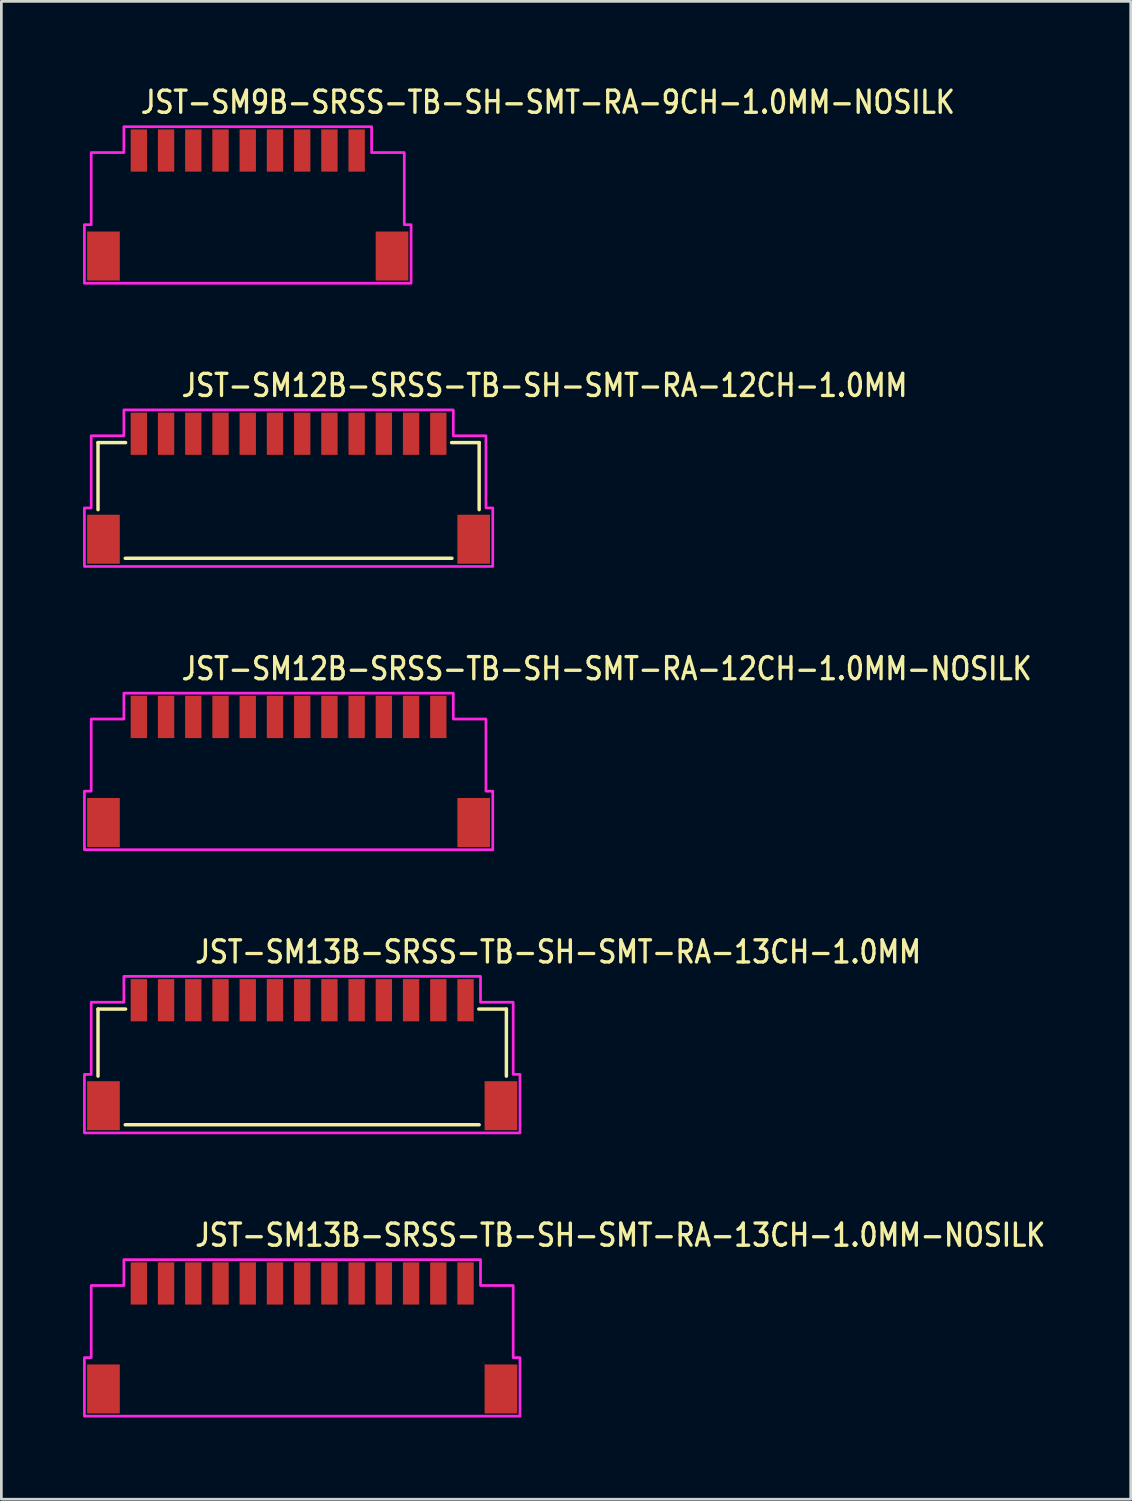
<source format=kicad_pcb>
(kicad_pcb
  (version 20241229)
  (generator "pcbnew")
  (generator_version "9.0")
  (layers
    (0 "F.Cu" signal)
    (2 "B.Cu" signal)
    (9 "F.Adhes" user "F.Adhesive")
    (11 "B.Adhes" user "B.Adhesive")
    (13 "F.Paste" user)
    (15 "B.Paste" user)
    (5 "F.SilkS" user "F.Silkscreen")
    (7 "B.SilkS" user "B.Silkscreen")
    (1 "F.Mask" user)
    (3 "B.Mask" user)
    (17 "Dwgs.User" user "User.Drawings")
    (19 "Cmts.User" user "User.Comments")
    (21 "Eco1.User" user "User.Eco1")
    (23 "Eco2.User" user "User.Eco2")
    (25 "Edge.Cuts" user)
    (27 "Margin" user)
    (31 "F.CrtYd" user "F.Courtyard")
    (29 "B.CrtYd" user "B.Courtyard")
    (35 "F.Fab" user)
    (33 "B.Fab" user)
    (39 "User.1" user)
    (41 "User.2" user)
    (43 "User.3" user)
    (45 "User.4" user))
  (footprint "JST-SM13B-SRSS-TB-SH-SMT-RA-13CH-1.0MM-NOSILK"
    (layer "F.Cu")
    (at 8.05 46.093)
    (property "Reference" "JST-SM13B-SRSS-TB-SH-SMT-RA-13CH-1.0MM-NOSILK" (at -4 -3.3 0) (unlocked yes) (layer "F.SilkS") (effects (font (size 0.813 0.695) (thickness 0.122)) (justify left bottom)))
    (fp_poly (pts (xy -8 2.875) (xy -8 0.725) (xy -7.75 0.725) (xy -7.75 -1.925) (xy -6.55 -1.925) (xy -6.55 -2.875) (xy 6.55 -2.875) (xy 6.55 -1.925) (xy 7.75 -1.925) (xy 7.75 0.725) (xy 8 0.725) (xy 8 2.875)) (stroke (width 0.1) (type solid)) (fill no) (layer "F.CrtYd"))
    (pad "1" smd rect (at -6 -2) (size 0.6 1.55) (layers "F.Cu" "F.Mask" "F.Paste"))
    (pad "2" smd rect (at -5 -2) (size 0.6 1.55) (layers "F.Cu" "F.Mask" "F.Paste"))
    (pad "3" smd rect (at -4 -2) (size 0.6 1.55) (layers "F.Cu" "F.Mask" "F.Paste"))
    (pad "4" smd rect (at -3 -2) (size 0.6 1.55) (layers "F.Cu" "F.Mask" "F.Paste"))
    (pad "5" smd rect (at -2 -2) (size 0.6 1.55) (layers "F.Cu" "F.Mask" "F.Paste"))
    (pad "6" smd rect (at -1 -2) (size 0.6 1.55) (layers "F.Cu" "F.Mask" "F.Paste"))
    (pad "7" smd rect (at 0 -2) (size 0.6 1.55) (layers "F.Cu" "F.Mask" "F.Paste"))
    (pad "8" smd rect (at 1 -2) (size 0.6 1.55) (layers "F.Cu" "F.Mask" "F.Paste"))
    (pad "9" smd rect (at 2 -2) (size 0.6 1.55) (layers "F.Cu" "F.Mask" "F.Paste"))
    (pad "10" smd rect (at 3 -2) (size 0.6 1.55) (layers "F.Cu" "F.Mask" "F.Paste"))
    (pad "11" smd rect (at 4 -2) (size 0.6 1.55) (layers "F.Cu" "F.Mask" "F.Paste"))
    (pad "12" smd rect (at 5 -2) (size 0.6 1.55) (layers "F.Cu" "F.Mask" "F.Paste"))
    (pad "13" smd rect (at 6 -2) (size 0.6 1.55) (layers "F.Cu" "F.Mask" "F.Paste"))
    (pad "S_13" smd rect (at -7.3 1.875) (size 1.2 1.8) (layers "F.Cu" "F.Mask" "F.Paste"))
    (pad "S_14" smd rect (at 7.3 1.875) (size 1.2 1.8) (layers "F.Cu" "F.Mask" "F.Paste")))
  (footprint "JST-SM12B-SRSS-TB-SH-SMT-RA-12CH-1.0MM-NOSILK"
    (layer "F.Cu")
    (at 7.55 25.286)
    (property "Reference" "JST-SM12B-SRSS-TB-SH-SMT-RA-12CH-1.0MM-NOSILK" (at -4 -3.3 0) (unlocked yes) (layer "F.SilkS") (effects (font (size 0.813 0.695) (thickness 0.122)) (justify left bottom)))
    (fp_poly (pts (xy -7.5 2.875) (xy -7.5 0.725) (xy -7.25 0.725) (xy -7.25 -1.925) (xy -6.05 -1.925) (xy -6.05 -2.875) (xy 6.05 -2.875) (xy 6.05 -1.925) (xy 7.25 -1.925) (xy 7.25 0.725) (xy 7.5 0.725) (xy 7.5 2.875)) (stroke (width 0.1) (type solid)) (fill no) (layer "F.CrtYd"))
    (pad "1" smd rect (at -5.5 -2) (size 0.6 1.55) (layers "F.Cu" "F.Mask" "F.Paste"))
    (pad "2" smd rect (at -4.5 -2) (size 0.6 1.55) (layers "F.Cu" "F.Mask" "F.Paste"))
    (pad "3" smd rect (at -3.5 -2) (size 0.6 1.55) (layers "F.Cu" "F.Mask" "F.Paste"))
    (pad "4" smd rect (at -2.5 -2) (size 0.6 1.55) (layers "F.Cu" "F.Mask" "F.Paste"))
    (pad "5" smd rect (at -1.5 -2) (size 0.6 1.55) (layers "F.Cu" "F.Mask" "F.Paste"))
    (pad "6" smd rect (at -0.5 -2) (size 0.6 1.55) (layers "F.Cu" "F.Mask" "F.Paste"))
    (pad "7" smd rect (at 0.5 -2) (size 0.6 1.55) (layers "F.Cu" "F.Mask" "F.Paste"))
    (pad "8" smd rect (at 1.5 -2) (size 0.6 1.55) (layers "F.Cu" "F.Mask" "F.Paste"))
    (pad "9" smd rect (at 2.5 -2) (size 0.6 1.55) (layers "F.Cu" "F.Mask" "F.Paste"))
    (pad "10" smd rect (at 3.5 -2) (size 0.6 1.55) (layers "F.Cu" "F.Mask" "F.Paste"))
    (pad "11" smd rect (at 4.5 -2) (size 0.6 1.55) (layers "F.Cu" "F.Mask" "F.Paste"))
    (pad "12" smd rect (at 5.5 -2) (size 0.6 1.55) (layers "F.Cu" "F.Mask" "F.Paste"))
    (pad "S_12" smd rect (at -6.8 1.875) (size 1.2 1.8) (layers "F.Cu" "F.Mask" "F.Paste"))
    (pad "S_13" smd rect (at 6.8 1.875) (size 1.2 1.8) (layers "F.Cu" "F.Mask" "F.Paste")))
  (footprint "JST-SM12B-SRSS-TB-SH-SMT-RA-12CH-1.0MM"
    (layer "F.Cu")
    (at 7.55 14.882)
    (property "Reference" "JST-SM12B-SRSS-TB-SH-SMT-RA-12CH-1.0MM" (at -4 -3.3 0) (unlocked yes) (layer "F.SilkS") (effects (font (size 0.813 0.695) (thickness 0.122)) (justify left bottom)))
    (fp_line (start -7 -1.675) (end -5.987 -1.675) (stroke (width 0.127) (type solid)) (layer "F.SilkS"))
    (fp_line (start -7 0.788) (end -7 -1.675) (stroke (width 0.127) (type solid)) (layer "F.SilkS"))
    (fp_line (start -6 2.575) (end 6 2.575) (stroke (width 0.127) (type solid)) (layer "F.SilkS"))
    (fp_line (start 5.987 -1.675) (end 7 -1.675) (stroke (width 0.127) (type solid)) (layer "F.SilkS"))
    (fp_line (start 7 -1.675) (end 7 0.788) (stroke (width 0.127) (type solid)) (layer "F.SilkS"))
    (fp_poly (pts (xy -7.5 2.875) (xy -7.5 0.725) (xy -7.25 0.725) (xy -7.25 -1.925) (xy -6.05 -1.925) (xy -6.05 -2.875) (xy 6.05 -2.875) (xy 6.05 -1.925) (xy 7.25 -1.925) (xy 7.25 0.725) (xy 7.5 0.725) (xy 7.5 2.875)) (stroke (width 0.1) (type solid)) (fill no) (layer "F.CrtYd"))
    (pad "1" smd rect (at -5.5 -2) (size 0.6 1.55) (layers "F.Cu" "F.Mask" "F.Paste"))
    (pad "2" smd rect (at -4.5 -2) (size 0.6 1.55) (layers "F.Cu" "F.Mask" "F.Paste"))
    (pad "3" smd rect (at -3.5 -2) (size 0.6 1.55) (layers "F.Cu" "F.Mask" "F.Paste"))
    (pad "4" smd rect (at -2.5 -2) (size 0.6 1.55) (layers "F.Cu" "F.Mask" "F.Paste"))
    (pad "5" smd rect (at -1.5 -2) (size 0.6 1.55) (layers "F.Cu" "F.Mask" "F.Paste"))
    (pad "6" smd rect (at -0.5 -2) (size 0.6 1.55) (layers "F.Cu" "F.Mask" "F.Paste"))
    (pad "7" smd rect (at 0.5 -2) (size 0.6 1.55) (layers "F.Cu" "F.Mask" "F.Paste"))
    (pad "8" smd rect (at 1.5 -2) (size 0.6 1.55) (layers "F.Cu" "F.Mask" "F.Paste"))
    (pad "9" smd rect (at 2.5 -2) (size 0.6 1.55) (layers "F.Cu" "F.Mask" "F.Paste"))
    (pad "10" smd rect (at 3.5 -2) (size 0.6 1.55) (layers "F.Cu" "F.Mask" "F.Paste"))
    (pad "11" smd rect (at 4.5 -2) (size 0.6 1.55) (layers "F.Cu" "F.Mask" "F.Paste"))
    (pad "12" smd rect (at 5.5 -2) (size 0.6 1.55) (layers "F.Cu" "F.Mask" "F.Paste"))
    (pad "S_11" smd rect (at -6.8 1.875) (size 1.2 1.8) (layers "F.Cu" "F.Mask" "F.Paste"))
    (pad "S_12" smd rect (at 6.8 1.875) (size 1.2 1.8) (layers "F.Cu" "F.Mask" "F.Paste")))
  (footprint "JST-SM9B-SRSS-TB-SH-SMT-RA-9CH-1.0MM-NOSILK"
    (layer "F.Cu")
    (at 6.05 4.479)
    (property "Reference" "JST-SM9B-SRSS-TB-SH-SMT-RA-9CH-1.0MM-NOSILK" (at -4 -3.3 0) (unlocked yes) (layer "F.SilkS") (effects (font (size 0.813 0.695) (thickness 0.122)) (justify left bottom)))
    (fp_poly (pts (xy -6 2.875) (xy -6 0.725) (xy -5.75 0.725) (xy -5.75 -1.925) (xy -4.55 -1.925) (xy -4.55 -2.875) (xy 4.55 -2.875) (xy 4.55 -1.925) (xy 5.75 -1.925) (xy 5.75 0.725) (xy 6 0.725) (xy 6 2.875)) (stroke (width 0.1) (type solid)) (fill no) (layer "F.CrtYd"))
    (pad "1" smd rect (at -4 -2) (size 0.6 1.55) (layers "F.Cu" "F.Mask" "F.Paste"))
    (pad "2" smd rect (at -3 -2) (size 0.6 1.55) (layers "F.Cu" "F.Mask" "F.Paste"))
    (pad "3" smd rect (at -2 -2) (size 0.6 1.55) (layers "F.Cu" "F.Mask" "F.Paste"))
    (pad "4" smd rect (at -1 -2) (size 0.6 1.55) (layers "F.Cu" "F.Mask" "F.Paste"))
    (pad "5" smd rect (at 0 -2) (size 0.6 1.55) (layers "F.Cu" "F.Mask" "F.Paste"))
    (pad "6" smd rect (at 1 -2) (size 0.6 1.55) (layers "F.Cu" "F.Mask" "F.Paste"))
    (pad "7" smd rect (at 2 -2) (size 0.6 1.55) (layers "F.Cu" "F.Mask" "F.Paste"))
    (pad "8" smd rect (at 3 -2) (size 0.6 1.55) (layers "F.Cu" "F.Mask" "F.Paste"))
    (pad "9" smd rect (at 4 -2) (size 0.6 1.55) (layers "F.Cu" "F.Mask" "F.Paste"))
    (pad "S_9" smd rect (at -5.3 1.875) (size 1.2 1.8) (layers "F.Cu" "F.Mask" "F.Paste"))
    (pad "S_10" smd rect (at 5.3 1.875) (size 1.2 1.8) (layers "F.Cu" "F.Mask" "F.Paste")))
  (footprint "JST-SM13B-SRSS-TB-SH-SMT-RA-13CH-1.0MM"
    (layer "F.Cu")
    (at 8.05 35.689)
    (property "Reference" "JST-SM13B-SRSS-TB-SH-SMT-RA-13CH-1.0MM" (at -4 -3.3 0) (unlocked yes) (layer "F.SilkS") (effects (font (size 0.813 0.695) (thickness 0.122)) (justify left bottom)))
    (fp_line (start -7.5 -1.675) (end -6.487 -1.675) (stroke (width 0.127) (type solid)) (layer "F.SilkS"))
    (fp_line (start -7.5 0.788) (end -7.5 -1.675) (stroke (width 0.127) (type solid)) (layer "F.SilkS"))
    (fp_line (start -6.5 2.575) (end 6.5 2.575) (stroke (width 0.127) (type solid)) (layer "F.SilkS"))
    (fp_line (start 6.487 -1.675) (end 7.5 -1.675) (stroke (width 0.127) (type solid)) (layer "F.SilkS"))
    (fp_line (start 7.5 -1.675) (end 7.5 0.788) (stroke (width 0.127) (type solid)) (layer "F.SilkS"))
    (fp_poly (pts (xy -8 2.875) (xy -8 0.725) (xy -7.75 0.725) (xy -7.75 -1.925) (xy -6.55 -1.925) (xy -6.55 -2.875) (xy 6.55 -2.875) (xy 6.55 -1.925) (xy 7.75 -1.925) (xy 7.75 0.725) (xy 8 0.725) (xy 8 2.875)) (stroke (width 0.1) (type solid)) (fill no) (layer "F.CrtYd"))
    (pad "1" smd rect (at -6 -2) (size 0.6 1.55) (layers "F.Cu" "F.Mask" "F.Paste"))
    (pad "2" smd rect (at -5 -2) (size 0.6 1.55) (layers "F.Cu" "F.Mask" "F.Paste"))
    (pad "3" smd rect (at -4 -2) (size 0.6 1.55) (layers "F.Cu" "F.Mask" "F.Paste"))
    (pad "4" smd rect (at -3 -2) (size 0.6 1.55) (layers "F.Cu" "F.Mask" "F.Paste"))
    (pad "5" smd rect (at -2 -2) (size 0.6 1.55) (layers "F.Cu" "F.Mask" "F.Paste"))
    (pad "6" smd rect (at -1 -2) (size 0.6 1.55) (layers "F.Cu" "F.Mask" "F.Paste"))
    (pad "7" smd rect (at 0 -2) (size 0.6 1.55) (layers "F.Cu" "F.Mask" "F.Paste"))
    (pad "8" smd rect (at 1 -2) (size 0.6 1.55) (layers "F.Cu" "F.Mask" "F.Paste"))
    (pad "9" smd rect (at 2 -2) (size 0.6 1.55) (layers "F.Cu" "F.Mask" "F.Paste"))
    (pad "10" smd rect (at 3 -2) (size 0.6 1.55) (layers "F.Cu" "F.Mask" "F.Paste"))
    (pad "11" smd rect (at 4 -2) (size 0.6 1.55) (layers "F.Cu" "F.Mask" "F.Paste"))
    (pad "12" smd rect (at 5 -2) (size 0.6 1.55) (layers "F.Cu" "F.Mask" "F.Paste"))
    (pad "13" smd rect (at 6 -2) (size 0.6 1.55) (layers "F.Cu" "F.Mask" "F.Paste"))
    (pad "S_12" smd rect (at -7.3 1.875) (size 1.2 1.8) (layers "F.Cu" "F.Mask" "F.Paste"))
    (pad "S_13" smd rect (at 7.3 1.875) (size 1.2 1.8) (layers "F.Cu" "F.Mask" "F.Paste")))
  (gr_rect
    (start -3 -3)
    (end 38.483 52.018)
    (stroke (width 0.1) (type default))
    (fill no)
    (layer "Edge.Cuts")))
</source>
